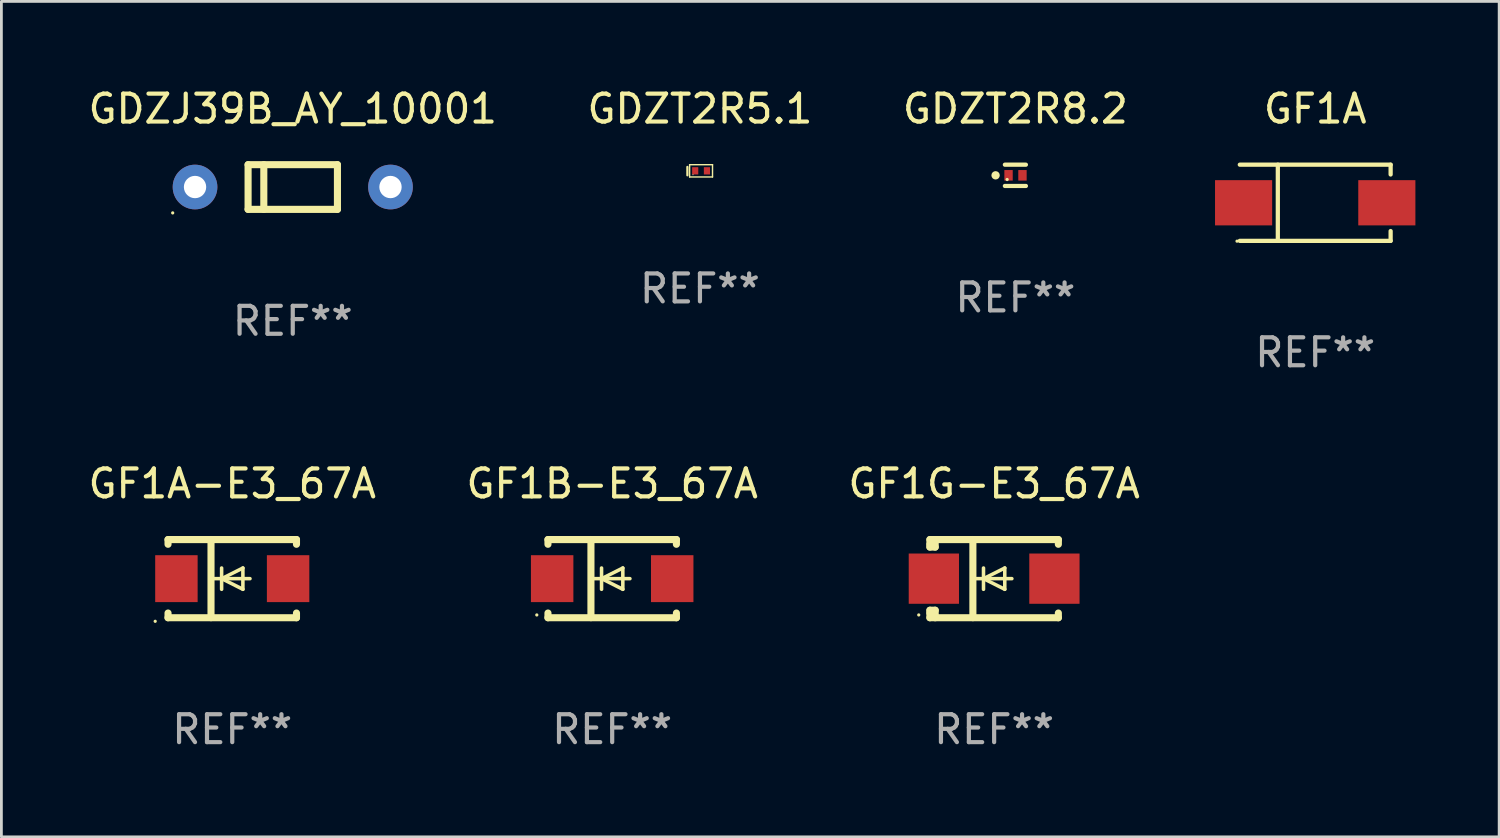
<source format=kicad_pcb>
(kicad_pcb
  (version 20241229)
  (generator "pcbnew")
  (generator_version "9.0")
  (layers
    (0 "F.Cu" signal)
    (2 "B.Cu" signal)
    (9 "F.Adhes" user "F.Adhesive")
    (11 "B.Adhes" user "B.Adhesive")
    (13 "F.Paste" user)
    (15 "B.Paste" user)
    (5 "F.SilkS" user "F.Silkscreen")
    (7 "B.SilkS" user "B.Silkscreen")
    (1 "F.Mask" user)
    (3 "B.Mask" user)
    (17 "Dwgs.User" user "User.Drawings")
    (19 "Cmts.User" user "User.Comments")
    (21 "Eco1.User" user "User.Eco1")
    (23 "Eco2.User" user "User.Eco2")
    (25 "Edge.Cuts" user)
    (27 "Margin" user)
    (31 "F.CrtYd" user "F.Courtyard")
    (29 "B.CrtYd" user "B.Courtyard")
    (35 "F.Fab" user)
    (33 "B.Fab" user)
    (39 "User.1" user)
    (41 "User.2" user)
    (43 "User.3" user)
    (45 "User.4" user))
  (footprint "GF1G-E3_67A"
    (layer "F.Cu")
    (at 32.554 17.673)
    (property "Reference" "GF1G-E3_67A" (at 0 -3.401 0) (layer "F.SilkS") (effects (font (size 1 1) (thickness 0.15))))
    (attr through_hole)
    (fp_line (start -2.3 -1.399) (end -2.3 -1.23) (stroke (width 0.254) (type solid)) (layer "F.SilkS"))
    (fp_line (start -2.3 -1.399) (end 2.3 -1.399) (stroke (width 0.254) (type solid)) (layer "F.SilkS"))
    (fp_line (start -2.3 -1.23) (end -2.3 -1.13) (stroke (width 0.254) (type solid)) (layer "F.SilkS"))
    (fp_line (start -2.3 1.132) (end -2.3 1.232) (stroke (width 0.254) (type solid)) (layer "F.SilkS"))
    (fp_line (start -2.3 1.232) (end -2.3 1.401) (stroke (width 0.254) (type solid)) (layer "F.SilkS"))
    (fp_line (start -2.3 1.401) (end 2.3 1.401) (stroke (width 0.254) (type solid)) (layer "F.SilkS"))
    (fp_line (start -2.111 -1.399) (end -2.111 -1.13) (stroke (width 0.254) (type solid)) (layer "F.SilkS"))
    (fp_line (start -2.111 -1.13) (end -2.3 -1.13) (stroke (width 0.254) (type solid)) (layer "F.SilkS"))
    (fp_line (start -2.111 1.132) (end -2.3 1.132) (stroke (width 0.254) (type solid)) (layer "F.SilkS"))
    (fp_line (start -2.111 1.132) (end -2.111 1.401) (stroke (width 0.254) (type solid)) (layer "F.SilkS"))
    (fp_line (start -0.761 1.398) (end -0.761 -1.401) (stroke (width 0.254) (type solid)) (layer "F.SilkS"))
    (fp_line (start -0.381 0.001) (end -0.381 -0.38) (stroke (width 0.127) (type solid)) (layer "F.SilkS"))
    (fp_line (start -0.381 0.001) (end -0.381 0.382) (stroke (width 0.127) (type solid)) (layer "F.SilkS"))
    (fp_line (start 0.381 -0.38) (end -0.381 0.001) (stroke (width 0.127) (type solid)) (layer "F.SilkS"))
    (fp_line (start 0.381 0.001) (end 0.381 -0.38) (stroke (width 0.127) (type solid)) (layer "F.SilkS"))
    (fp_line (start 0.381 0.001) (end 0.381 0.382) (stroke (width 0.127) (type solid)) (layer "F.SilkS"))
    (fp_line (start 0.381 0.382) (end -0.381 0.001) (stroke (width 0.127) (type solid)) (layer "F.SilkS"))
    (fp_line (start 0.635 0.001) (end -0.635 0.001) (stroke (width 0.127) (type solid)) (layer "F.SilkS"))
    (fp_line (start 2.3 -1.399) (end 2.3 -1.23) (stroke (width 0.254) (type solid)) (layer "F.SilkS"))
    (fp_line (start 2.3 1.232) (end 2.3 1.401) (stroke (width 0.254) (type solid)) (layer "F.SilkS"))
    (fp_circle (center -2.7 1.301) (end -2.67 1.301) (stroke (width 0.06) (type solid)) (fill no) (layer "F.SilkS"))
    (fp_text user "REF**" (at 0 5.401 0) (layer "F.Fab") (effects (font (size 1 1) (thickness 0.15))))
    (pad "1" smd rect (at -2.159 0.001 180) (size 1.8 1.8) (layers "F.Cu" "F.Mask" "F.Paste"))
    (pad "2" smd rect (at 2.159 0.001 180) (size 1.8 1.8) (layers "F.Cu" "F.Mask" "F.Paste")))
  (footprint "GF1A"
    (layer "F.Cu")
    (at 44.053 4.212)
    (property "Reference" "GF1A" (at 0 -3.364 0) (layer "F.SilkS") (effects (font (size 1 1) (thickness 0.15))))
    (attr through_hole)
    (fp_line (start -2.701 -1.364) (end 2.701 -1.364) (stroke (width 0.152) (type solid)) (layer "F.SilkS"))
    (fp_line (start -2.701 1.364) (end 2.701 1.364) (stroke (width 0.152) (type solid)) (layer "F.SilkS"))
    (fp_line (start -1.339 -1.364) (end -1.339 1.364) (stroke (width 0.152) (type solid)) (layer "F.SilkS"))
    (fp_line (start 2.701 -1.364) (end 2.701 -1.013) (stroke (width 0.152) (type solid)) (layer "F.SilkS"))
    (fp_line (start 2.701 1.364) (end 2.701 1.013) (stroke (width 0.152) (type solid)) (layer "F.SilkS"))
    (fp_circle (center -2.8 1.375) (end -2.77 1.375) (stroke (width 0.06) (type solid)) (fill no) (layer "F.SilkS"))
    (fp_text user "REF**" (at 0 5.364 0) (layer "F.Fab") (effects (font (size 1 1) (thickness 0.15))))
    (pad "1" smd rect (at -2.565 -0.000025) (size 2.046 1.62) (layers "F.Cu" "F.Mask" "F.Paste"))
    (pad "2" smd rect (at 2.565 -0.000025) (size 2.046 1.62) (layers "F.Cu" "F.Mask" "F.Paste")))
  (footprint "GF1A-E3_67A"
    (layer "F.Cu")
    (at 5.268 17.673)
    (property "Reference" "GF1A-E3_67A" (at 0 -3.401 0) (layer "F.SilkS") (effects (font (size 1 1) (thickness 0.15))))
    (attr through_hole)
    (fp_line (start -2.3 -1.399) (end -2.3 -1.23) (stroke (width 0.254) (type solid)) (layer "F.SilkS"))
    (fp_line (start -2.3 -1.399) (end 2.3 -1.399) (stroke (width 0.254) (type solid)) (layer "F.SilkS"))
    (fp_line (start -2.3 1.232) (end -2.3 1.401) (stroke (width 0.254) (type solid)) (layer "F.SilkS"))
    (fp_line (start -2.3 1.401) (end 2.3 1.401) (stroke (width 0.254) (type solid)) (layer "F.SilkS"))
    (fp_line (start -0.761 1.398) (end -0.761 -1.401) (stroke (width 0.254) (type solid)) (layer "F.SilkS"))
    (fp_line (start -0.381 0.001) (end -0.381 -0.38) (stroke (width 0.127) (type solid)) (layer "F.SilkS"))
    (fp_line (start -0.381 0.001) (end -0.381 0.382) (stroke (width 0.127) (type solid)) (layer "F.SilkS"))
    (fp_line (start 0.381 -0.38) (end -0.381 0.001) (stroke (width 0.127) (type solid)) (layer "F.SilkS"))
    (fp_line (start 0.381 0.001) (end 0.381 -0.38) (stroke (width 0.127) (type solid)) (layer "F.SilkS"))
    (fp_line (start 0.381 0.001) (end 0.381 0.382) (stroke (width 0.127) (type solid)) (layer "F.SilkS"))
    (fp_line (start 0.381 0.382) (end -0.381 0.001) (stroke (width 0.127) (type solid)) (layer "F.SilkS"))
    (fp_line (start 0.635 0.001) (end -0.635 0.001) (stroke (width 0.127) (type solid)) (layer "F.SilkS"))
    (fp_line (start 2.3 -1.399) (end 2.3 -1.23) (stroke (width 0.254) (type solid)) (layer "F.SilkS"))
    (fp_line (start 2.3 1.232) (end 2.3 1.401) (stroke (width 0.254) (type solid)) (layer "F.SilkS"))
    (fp_circle (center -2.76 1.528) (end -2.73 1.528) (stroke (width 0.06) (type solid)) (fill no) (layer "F.SilkS"))
    (fp_text user "REF**" (at 0 5.401 0) (layer "F.Fab") (effects (font (size 1 1) (thickness 0.15))))
    (pad "1" smd rect (at -2 0.001 180) (size 1.52 1.68) (layers "F.Cu" "F.Mask" "F.Paste"))
    (pad "2" smd rect (at 2 0.001 180) (size 1.52 1.68) (layers "F.Cu" "F.Mask" "F.Paste")))
  (footprint "GF1B-E3_67A"
    (layer "F.Cu")
    (at 18.875 17.673)
    (property "Reference" "GF1B-E3_67A" (at 0 -3.401 0) (layer "F.SilkS") (effects (font (size 1 1) (thickness 0.15))))
    (attr through_hole)
    (fp_line (start -2.3 -1.399) (end -2.3 -1.23) (stroke (width 0.254) (type solid)) (layer "F.SilkS"))
    (fp_line (start -2.3 -1.399) (end 2.3 -1.399) (stroke (width 0.254) (type solid)) (layer "F.SilkS"))
    (fp_line (start -2.3 1.232) (end -2.3 1.401) (stroke (width 0.254) (type solid)) (layer "F.SilkS"))
    (fp_line (start -2.3 1.401) (end 2.3 1.401) (stroke (width 0.254) (type solid)) (layer "F.SilkS"))
    (fp_line (start -0.761 1.398) (end -0.761 -1.401) (stroke (width 0.254) (type solid)) (layer "F.SilkS"))
    (fp_line (start -0.381 0.001) (end -0.381 -0.38) (stroke (width 0.127) (type solid)) (layer "F.SilkS"))
    (fp_line (start -0.381 0.001) (end -0.381 0.382) (stroke (width 0.127) (type solid)) (layer "F.SilkS"))
    (fp_line (start 0.381 -0.38) (end -0.381 0.001) (stroke (width 0.127) (type solid)) (layer "F.SilkS"))
    (fp_line (start 0.381 0.001) (end 0.381 -0.38) (stroke (width 0.127) (type solid)) (layer "F.SilkS"))
    (fp_line (start 0.381 0.001) (end 0.381 0.382) (stroke (width 0.127) (type solid)) (layer "F.SilkS"))
    (fp_line (start 0.381 0.382) (end -0.381 0.001) (stroke (width 0.127) (type solid)) (layer "F.SilkS"))
    (fp_line (start 0.635 0.001) (end -0.635 0.001) (stroke (width 0.127) (type solid)) (layer "F.SilkS"))
    (fp_line (start 2.3 -1.399) (end 2.3 -1.23) (stroke (width 0.254) (type solid)) (layer "F.SilkS"))
    (fp_line (start 2.3 1.232) (end 2.3 1.401) (stroke (width 0.254) (type solid)) (layer "F.SilkS"))
    (fp_circle (center -2.7 1.301) (end -2.67 1.301) (stroke (width 0.06) (type solid)) (fill no) (layer "F.SilkS"))
    (fp_text user "REF**" (at 0 5.401 0) (layer "F.Fab") (effects (font (size 1 1) (thickness 0.15))))
    (pad "1" smd rect (at -2.15 0.001 180) (size 1.52 1.68) (layers "F.Cu" "F.Mask" "F.Paste"))
    (pad "2" smd rect (at 2.15 0.001 180) (size 1.52 1.68) (layers "F.Cu" "F.Mask" "F.Paste")))
  (footprint "GDZT2R5.1"
    (layer "F.Cu")
    (at 22.018 3.068)
    (property "Reference" "GDZT2R5.1" (at 0 -2.22 0) (layer "F.SilkS") (effects (font (size 1 1) (thickness 0.15))))
    (attr through_hole)
    (fp_line (start -0.45 -0.14) (end -0.45 0.16) (stroke (width 0.08) (type solid)) (layer "F.SilkS"))
    (fp_line (start -0.37 -0.22) (end 0.45 -0.22) (stroke (width 0.051) (type solid)) (layer "F.SilkS"))
    (fp_line (start -0.37 0.22) (end -0.37 -0.22) (stroke (width 0.051) (type solid)) (layer "F.SilkS"))
    (fp_line (start 0.45 -0.22) (end 0.45 0.22) (stroke (width 0.051) (type solid)) (layer "F.SilkS"))
    (fp_line (start 0.45 0.22) (end -0.37 0.22) (stroke (width 0.051) (type solid)) (layer "F.SilkS"))
    (fp_circle (center -0.25 0.14) (end -0.24 0.14) (stroke (width 0.02) (type solid)) (fill no) (layer "F.SilkS"))
    (fp_text user "REF**" (at 0 4.22 0) (layer "F.Fab") (effects (font (size 1 1) (thickness 0.15))))
    (pad "1" smd rect (at -0.17 0 90) (size 0.26 0.22) (layers "F.Cu" "F.Mask" "F.Paste"))
    (pad "2" smd rect (at 0.25 0 90) (size 0.26 0.22) (layers "F.Cu" "F.Mask" "F.Paste")))
  (footprint "GDZJ39B_AY_10001"
    (layer "F.Cu")
    (at 7.435 3.648)
    (property "Reference" "GDZJ39B_AY_10001" (at 0 -2.8 0) (layer "F.SilkS") (effects (font (size 1 1) (thickness 0.15))))
    (attr through_hole)
    (fp_line (start -1.6 -0.8) (end -1.6 0.8) (stroke (width 0.254) (type solid)) (layer "F.SilkS"))
    (fp_line (start -1.6 -0.8) (end 1.6 -0.8) (stroke (width 0.254) (type solid)) (layer "F.SilkS"))
    (fp_line (start -1.6 0.8) (end 1.6 0.8) (stroke (width 0.254) (type solid)) (layer "F.SilkS"))
    (fp_line (start -1.037 -0.8) (end -1.037 0.8) (stroke (width 0.254) (type solid)) (layer "F.SilkS"))
    (fp_line (start 1.6 -0.8) (end 1.6 0.8) (stroke (width 0.254) (type solid)) (layer "F.SilkS"))
    (fp_circle (center -4.3 0.927) (end -4.27 0.927) (stroke (width 0.06) (type solid)) (fill no) (layer "F.SilkS"))
    (fp_text user "REF**" (at 0 4.8 0) (layer "F.Fab") (effects (font (size 1 1) (thickness 0.15))))
    (pad "1" thru_hole circle (at -3.5 0) (size 1.6 1.6) (drill 0.8) (layers "*.Cu" "*.Mask"))
    (pad "2" thru_hole circle (at 3.5 0) (size 1.6 1.6) (drill 0.8) (layers "*.Cu" "*.Mask")))
  (footprint "GDZT2R8.2"
    (layer "F.Cu")
    (at 33.315 3.229)
    (property "Reference" "GDZT2R8.2" (at 0 -2.381 0) (layer "F.SilkS") (effects (font (size 1 1) (thickness 0.15))))
    (attr through_hole)
    (fp_line (start -0.376 -0.381) (end 0.376 -0.381) (stroke (width 0.152) (type solid)) (layer "F.SilkS"))
    (fp_line (start -0.376 0.381) (end 0.376 0.381) (stroke (width 0.152) (type solid)) (layer "F.SilkS"))
    (fp_circle (center -0.709 0) (end -0.634 0) (stroke (width 0.15) (type solid)) (fill no) (layer "F.SilkS"))
    (fp_circle (center -0.295 0.15) (end -0.265 0.15) (stroke (width 0.06) (type solid)) (fill no) (layer "F.SilkS"))
    (fp_text user "REF**" (at 0 4.381 0) (layer "F.Fab") (effects (font (size 1 1) (thickness 0.15))))
    (pad "1" smd rect (at -0.245 0) (size 0.3 0.378) (layers "F.Cu" "F.Mask" "F.Paste"))
    (pad "2" smd rect (at 0.254 0) (size 0.3 0.378) (layers "F.Cu" "F.Mask" "F.Paste")))
  (gr_rect
    (start -3 -3)
    (end 50.641 26.922)
    (stroke (width 0.1) (type default))
    (fill no)
    (layer "Edge.Cuts")))
</source>
